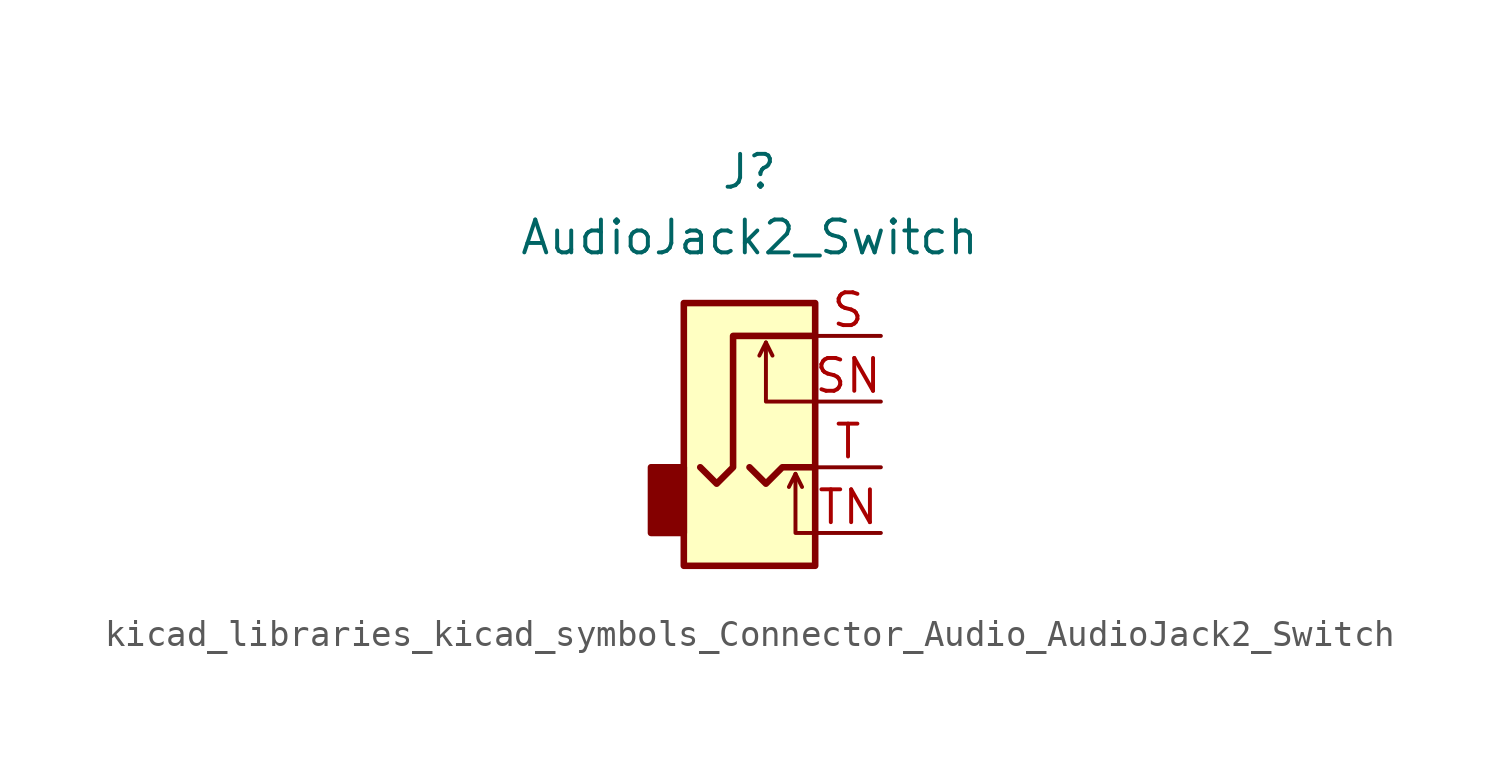
<source format=kicad_sym>
(kicad_symbol_lib
  (version 20220914)
  (generator kicad_symbol_editor)
  (symbol "kicad_libraries_kicad_symbols_Connector_Audio_AudioJack2_Switch"
    (property "Reference" "J"
      (at 0 11.43 0)
      (effects (font (size 1.27 1.27))))
    (property "Value" "AudioJack2_Switch"
      (at 0 8.89 0)
      (effects (font (size 1.27 1.27))))
    (symbol "kicad_libraries_kicad_symbols_Connector_Audio_AudioJack2_Switch_0_1"
      (rectangle (start -2.54 0) (end -3.81 -2.54) (stroke (width 0.254) (type default)) (fill (type outline)))
      (rectangle (start 2.54 6.35) (end -2.54 -3.81) (stroke (width 0.254) (type default)) (fill (type background))))
    (symbol "kicad_libraries_kicad_symbols_Connector_Audio_AudioJack2_Switch_1_1"
      (polyline (pts (xy 0.635 4.826) (xy 0.889 4.318)) (stroke (width 0) (type default)) (fill (type none)))
      (polyline (pts (xy 1.778 -0.254) (xy 2.032 -0.762)) (stroke (width 0) (type default)) (fill (type none)))
      (polyline (pts (xy 0 0) (xy 0.635 -0.635) (xy 1.27 0) (xy 2.54 0)) (stroke (width 0.254) (type default)) (fill (type none)))
      (polyline (pts (xy 2.54 -2.54) (xy 1.778 -2.54) (xy 1.778 -0.254) (xy 1.524 -0.762)) (stroke (width 0) (type default)) (fill (type none)))
      (polyline (pts (xy 2.54 2.54) (xy 0.635 2.54) (xy 0.635 4.826) (xy 0.381 4.318)) (stroke (width 0) (type default)) (fill (type none)))
      (polyline (pts (xy 2.54 5.08) (xy -0.635 5.08) (xy -0.635 0) (xy -1.27 -0.635) (xy -1.905 0)) (stroke (width 0.254) (type default)) (fill (type none)))
      (pin passive line (at 5.08 5.08 180) (length 2.54) (name "~" (effects (font (size 1.27 1.27)))) (number "S" (effects (font (size 1.27 1.27)))))
      (pin passive line (at 5.08 2.54 180) (length 2.54) (name "~" (effects (font (size 1.27 1.27)))) (number "SN" (effects (font (size 1.27 1.27)))))
      (pin passive line (at 5.08 0 180) (length 2.54) (name "~" (effects (font (size 1.27 1.27)))) (number "T" (effects (font (size 1.27 1.27)))))
      (pin passive line (at 5.08 -2.54 180) (length 2.54) (name "~" (effects (font (size 1.27 1.27)))) (number "TN" (effects (font (size 1.27 1.27))))))))
</source>
